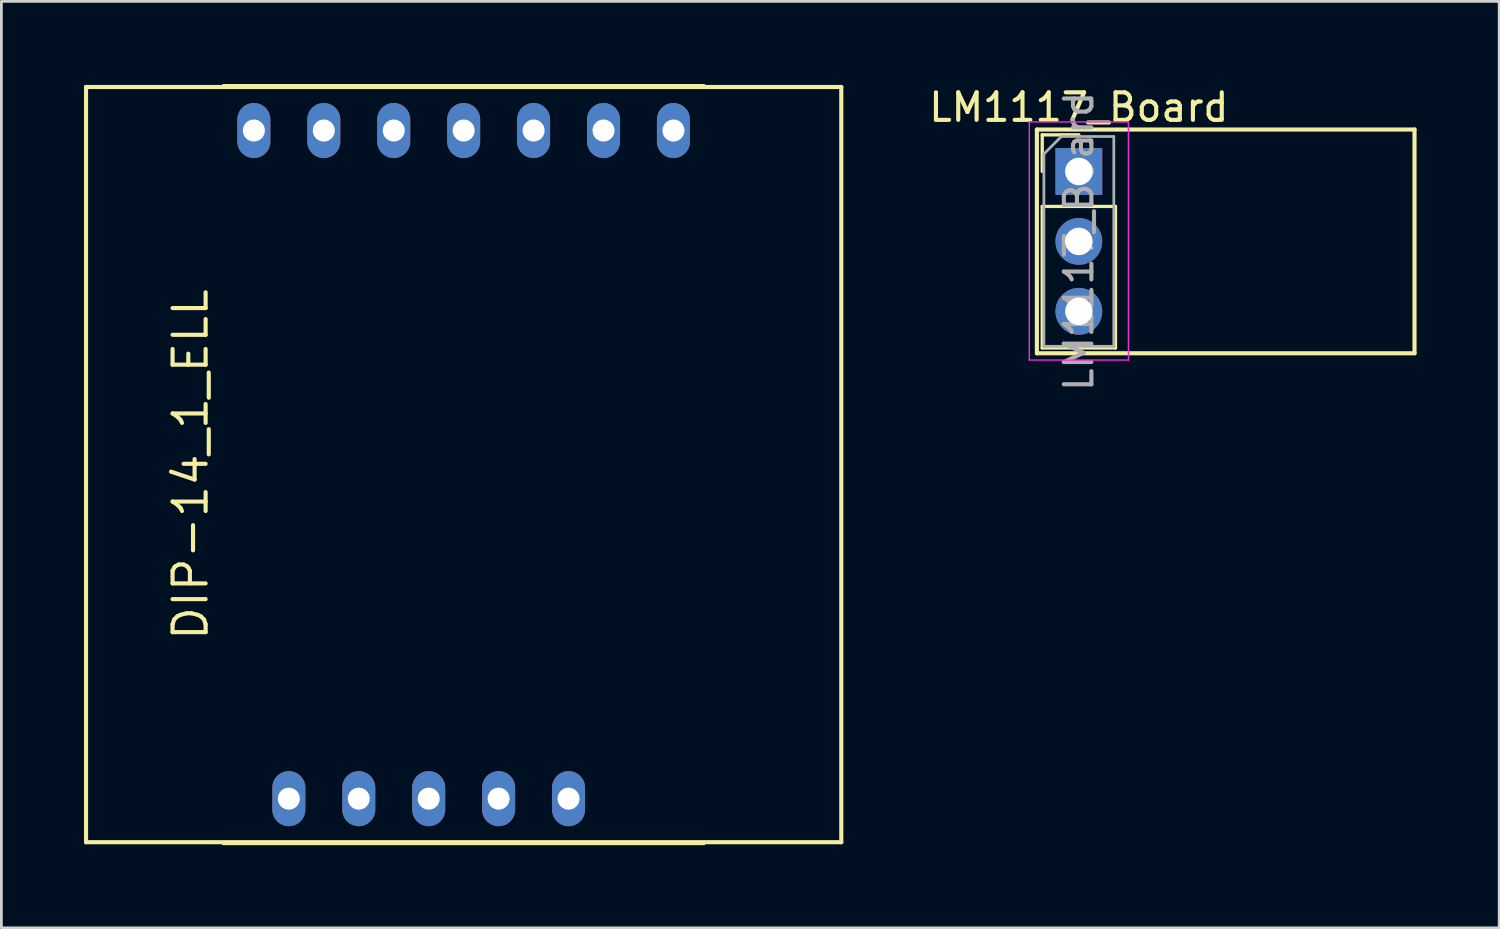
<source format=kicad_pcb>
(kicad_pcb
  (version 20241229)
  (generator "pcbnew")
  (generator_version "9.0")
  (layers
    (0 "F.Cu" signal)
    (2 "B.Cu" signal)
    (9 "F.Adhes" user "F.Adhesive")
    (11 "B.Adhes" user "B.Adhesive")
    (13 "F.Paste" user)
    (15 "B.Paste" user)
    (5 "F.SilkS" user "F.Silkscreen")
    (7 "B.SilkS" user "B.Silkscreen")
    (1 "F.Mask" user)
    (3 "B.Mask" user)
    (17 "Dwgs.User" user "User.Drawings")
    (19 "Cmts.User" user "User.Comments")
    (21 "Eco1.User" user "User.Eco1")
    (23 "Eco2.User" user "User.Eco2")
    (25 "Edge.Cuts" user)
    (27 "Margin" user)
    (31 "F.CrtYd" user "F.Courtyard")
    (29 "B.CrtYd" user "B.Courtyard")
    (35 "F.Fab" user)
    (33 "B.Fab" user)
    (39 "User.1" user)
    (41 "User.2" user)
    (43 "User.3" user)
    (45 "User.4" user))
  (footprint "LM1117_Board"
    (layer "F.Cu")
    (at 36.136 3.178)
    (property "Reference" "LM1117_Board" (at 0 -2.33 0) (layer "F.SilkS") (effects (font (size 1 1) (thickness 0.15))))
    (attr through_hole)
    (fp_line (start -1.524 -1.524) (end 12.192 -1.524) (stroke (width 0.15) (type solid)) (layer "F.SilkS"))
    (fp_line (start -1.524 6.604) (end -1.524 -1.524) (stroke (width 0.15) (type solid)) (layer "F.SilkS"))
    (fp_line (start -1.33 -1.33) (end 0 -1.33) (stroke (width 0.12) (type solid)) (layer "F.SilkS"))
    (fp_line (start -1.33 0) (end -1.33 -1.33) (stroke (width 0.12) (type solid)) (layer "F.SilkS"))
    (fp_line (start -1.33 1.27) (end -1.33 6.41) (stroke (width 0.12) (type solid)) (layer "F.SilkS"))
    (fp_line (start -1.33 1.27) (end 1.33 1.27) (stroke (width 0.12) (type solid)) (layer "F.SilkS"))
    (fp_line (start -1.33 6.41) (end 1.33 6.41) (stroke (width 0.12) (type solid)) (layer "F.SilkS"))
    (fp_line (start 1.33 1.27) (end 1.33 6.41) (stroke (width 0.12) (type solid)) (layer "F.SilkS"))
    (fp_line (start 12.192 -1.524) (end 12.192 6.604) (stroke (width 0.15) (type solid)) (layer "F.SilkS"))
    (fp_line (start 12.192 6.604) (end -1.524 6.604) (stroke (width 0.15) (type solid)) (layer "F.SilkS"))
    (fp_line (start -1.8 -1.8) (end -1.8 6.85) (stroke (width 0.05) (type solid)) (layer "F.CrtYd"))
    (fp_line (start -1.8 6.85) (end 1.8 6.85) (stroke (width 0.05) (type solid)) (layer "F.CrtYd"))
    (fp_line (start 1.8 -1.8) (end -1.8 -1.8) (stroke (width 0.05) (type solid)) (layer "F.CrtYd"))
    (fp_line (start 1.8 6.85) (end 1.8 -1.8) (stroke (width 0.05) (type solid)) (layer "F.CrtYd"))
    (fp_line (start -1.27 -0.635) (end -0.635 -1.27) (stroke (width 0.1) (type solid)) (layer "F.Fab"))
    (fp_line (start -1.27 6.35) (end -1.27 -0.635) (stroke (width 0.1) (type solid)) (layer "F.Fab"))
    (fp_line (start -0.635 -1.27) (end 1.27 -1.27) (stroke (width 0.1) (type solid)) (layer "F.Fab"))
    (fp_line (start 1.27 -1.27) (end 1.27 6.35) (stroke (width 0.1) (type solid)) (layer "F.Fab"))
    (fp_line (start 1.27 6.35) (end -1.27 6.35) (stroke (width 0.1) (type solid)) (layer "F.Fab"))
    (fp_text user "${REFERENCE}" (at 0 2.54 90) (layer "F.Fab") (effects (font (size 1 1) (thickness 0.15))))
    (pad "1" thru_hole rect (at 0 0) (size 1.7 1.7) (drill 1) (layers "*.Cu" "*.Mask"))
    (pad "2" thru_hole oval (at 0 2.54) (size 1.7 1.7) (drill 1) (layers "*.Cu" "*.Mask"))
    (pad "3" thru_hole oval (at 0 5.08) (size 1.7 1.7) (drill 1) (layers "*.Cu" "*.Mask")))
  (footprint "DIP-14_1_ELL"
    (layer "F.Cu")
    (at 13.791 13.825)
    (property "Reference" "DIP-14_1_ELL" (at -9.92 0 90) (layer "F.SilkS") (effects (font (size 1.2 1.2) (thickness 0.15))))
    (attr through_hole)
    (fp_line (start -13.716 -13.716) (end 13.716 -13.716) (stroke (width 0.15) (type solid)) (layer "F.SilkS"))
    (fp_line (start -13.716 13.716) (end -13.716 -13.716) (stroke (width 0.15) (type solid)) (layer "F.SilkS"))
    (fp_line (start -13.716 13.716) (end 13.716 13.716) (stroke (width 0.15) (type solid)) (layer "F.SilkS"))
    (fp_line (start -8.72 13.75) (end 8.72 13.75) (stroke (width 0.15) (type solid)) (layer "F.SilkS"))
    (fp_line (start 8.72 -13.75) (end -8.72 -13.75) (stroke (width 0.15) (type solid)) (layer "F.SilkS"))
    (fp_line (start 13.716 13.716) (end 13.716 -13.716) (stroke (width 0.15) (type solid)) (layer "F.SilkS"))
    (pad "1" thru_hole oval (at -7.62 -12.134) (size 1.2 2) (drill 0.8) (layers "*.Cu" "*.Mask"))
    (pad "2" thru_hole oval (at -5.08 -12.134) (size 1.2 2) (drill 0.8) (layers "*.Cu" "*.Mask"))
    (pad "3" thru_hole oval (at -2.54 -12.134) (size 1.2 2) (drill 0.8) (layers "*.Cu" "*.Mask"))
    (pad "4" thru_hole oval (at 0 -12.134) (size 1.2 2) (drill 0.8) (layers "*.Cu" "*.Mask"))
    (pad "5" thru_hole oval (at 2.54 -12.134) (size 1.2 2) (drill 0.8) (layers "*.Cu" "*.Mask"))
    (pad "6" thru_hole oval (at 5.08 -12.134) (size 1.2 2) (drill 0.8) (layers "*.Cu" "*.Mask"))
    (pad "7" thru_hole oval (at 7.62 -12.134) (size 1.2 2) (drill 0.8) (layers "*.Cu" "*.Mask"))
    (pad "8" thru_hole oval (at 3.81 12.134) (size 1.2 2) (drill 0.8) (layers "*.Cu" "*.Mask"))
    (pad "9" thru_hole oval (at 1.27 12.134) (size 1.2 2) (drill 0.8) (layers "*.Cu" "*.Mask"))
    (pad "10" thru_hole oval (at -1.27 12.134) (size 1.2 2) (drill 0.8) (layers "*.Cu" "*.Mask"))
    (pad "11" thru_hole oval (at -3.81 12.134) (size 1.2 2) (drill 0.8) (layers "*.Cu" "*.Mask"))
    (pad "12" thru_hole oval (at -6.35 12.134) (size 1.2 2) (drill 0.8) (layers "*.Cu" "*.Mask")))
  (gr_rect
    (start -3 -3)
    (end 51.403 30.65)
    (stroke (width 0.1) (type default))
    (fill no)
    (layer "Edge.Cuts")))
</source>
